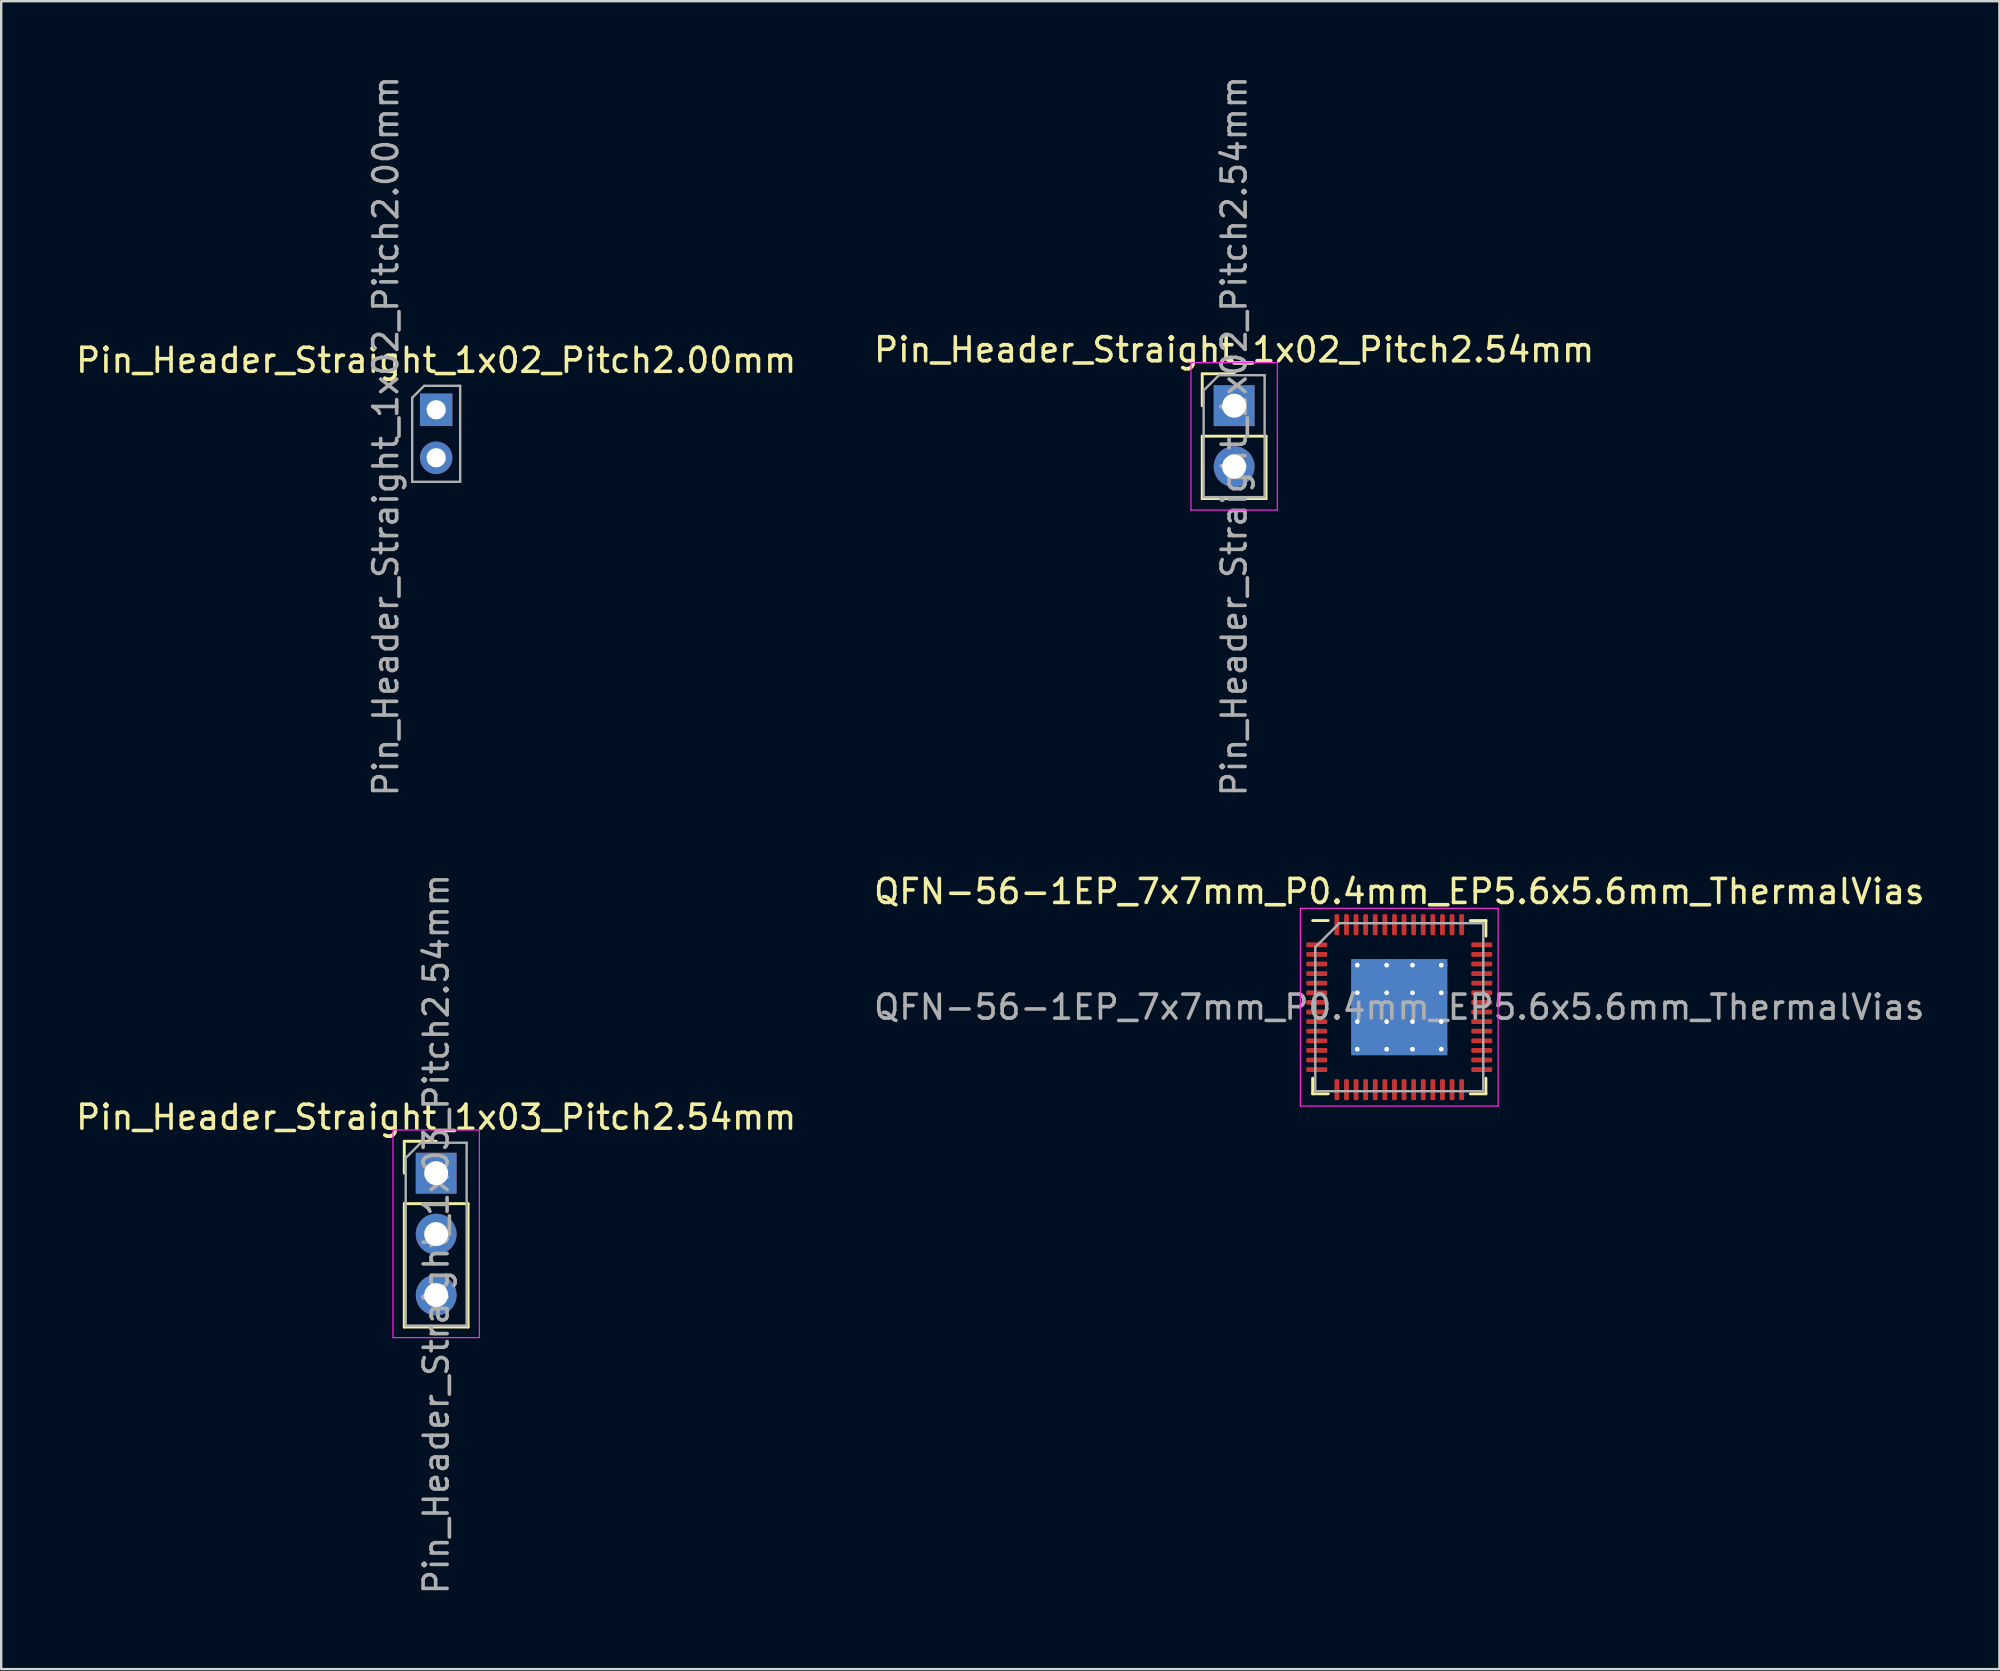
<source format=kicad_pcb>
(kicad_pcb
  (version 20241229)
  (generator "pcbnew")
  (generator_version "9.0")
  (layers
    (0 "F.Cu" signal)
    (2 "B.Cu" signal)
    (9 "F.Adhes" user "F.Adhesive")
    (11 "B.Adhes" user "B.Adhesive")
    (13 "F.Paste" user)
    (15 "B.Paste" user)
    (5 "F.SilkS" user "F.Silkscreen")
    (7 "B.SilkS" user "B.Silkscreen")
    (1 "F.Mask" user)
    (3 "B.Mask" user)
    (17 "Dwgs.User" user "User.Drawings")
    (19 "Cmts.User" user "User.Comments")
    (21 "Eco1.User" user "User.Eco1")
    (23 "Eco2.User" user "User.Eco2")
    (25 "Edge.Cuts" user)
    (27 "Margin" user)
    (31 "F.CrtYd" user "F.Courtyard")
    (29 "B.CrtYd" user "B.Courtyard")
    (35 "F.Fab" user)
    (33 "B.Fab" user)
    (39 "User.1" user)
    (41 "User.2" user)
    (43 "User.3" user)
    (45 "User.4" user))
  (footprint "Pin_Header_Straight_1x02_Pitch2.54mm"
    (layer "F.Cu")
    (at 48.375 13.855)
    (property "Reference" "Pin_Header_Straight_1x02_Pitch2.54mm" (at 0 -2.33 0) (layer "F.SilkS") (effects (font (size 1 1) (thickness 0.15))))
    (attr through_hole)
    (fp_line (start -1.33 -1.33) (end 0 -1.33) (stroke (width 0.12) (type solid)) (layer "F.SilkS"))
    (fp_line (start -1.33 0) (end -1.33 -1.33) (stroke (width 0.12) (type solid)) (layer "F.SilkS"))
    (fp_line (start -1.33 1.27) (end -1.33 3.87) (stroke (width 0.12) (type solid)) (layer "F.SilkS"))
    (fp_line (start -1.33 1.27) (end 1.33 1.27) (stroke (width 0.12) (type solid)) (layer "F.SilkS"))
    (fp_line (start -1.33 3.87) (end 1.33 3.87) (stroke (width 0.12) (type solid)) (layer "F.SilkS"))
    (fp_line (start 1.33 1.27) (end 1.33 3.87) (stroke (width 0.12) (type solid)) (layer "F.SilkS"))
    (fp_line (start -1.8 -1.8) (end -1.8 4.35) (stroke (width 0.05) (type solid)) (layer "F.CrtYd"))
    (fp_line (start -1.8 4.35) (end 1.8 4.35) (stroke (width 0.05) (type solid)) (layer "F.CrtYd"))
    (fp_line (start 1.8 -1.8) (end -1.8 -1.8) (stroke (width 0.05) (type solid)) (layer "F.CrtYd"))
    (fp_line (start 1.8 4.35) (end 1.8 -1.8) (stroke (width 0.05) (type solid)) (layer "F.CrtYd"))
    (fp_line (start -1.27 -0.635) (end -0.635 -1.27) (stroke (width 0.1) (type solid)) (layer "F.Fab"))
    (fp_line (start -1.27 3.81) (end -1.27 -0.635) (stroke (width 0.1) (type solid)) (layer "F.Fab"))
    (fp_line (start -0.635 -1.27) (end 1.27 -1.27) (stroke (width 0.1) (type solid)) (layer "F.Fab"))
    (fp_line (start 1.27 -1.27) (end 1.27 3.81) (stroke (width 0.1) (type solid)) (layer "F.Fab"))
    (fp_line (start 1.27 3.81) (end -1.27 3.81) (stroke (width 0.1) (type solid)) (layer "F.Fab"))
    (fp_text user "${REFERENCE}" (at 0 1.27 90) (layer "F.Fab") (effects (font (size 1 1) (thickness 0.15))))
    (pad "1" thru_hole rect (at 0 0) (size 1.7 1.7) (drill 1) (layers "*.Cu" "*.Mask"))
    (pad "2" thru_hole oval (at 0 2.54) (size 1.7 1.7) (drill 1) (layers "*.Cu" "*.Mask")))
  (footprint "QFN-56-1EP_7x7mm_P0.4mm_EP5.6x5.6mm_ThermalVias"
    (layer "F.Cu")
    (at 55.256 38.918)
    (property "Reference" "QFN-56-1EP_7x7mm_P0.4mm_EP5.6x5.6mm_ThermalVias" (at 0 -4.82 0) (layer "F.SilkS") (effects (font (size 1 1) (thickness 0.15))))
    (attr smd)
    (fp_line (start -3.61 3.61) (end -3.61 2.96) (stroke (width 0.12) (type solid)) (layer "F.SilkS"))
    (fp_line (start -2.96 -3.61) (end -3.61 -3.61) (stroke (width 0.12) (type solid)) (layer "F.SilkS"))
    (fp_line (start -2.96 3.61) (end -3.61 3.61) (stroke (width 0.12) (type solid)) (layer "F.SilkS"))
    (fp_line (start 2.96 -3.61) (end 3.61 -3.61) (stroke (width 0.12) (type solid)) (layer "F.SilkS"))
    (fp_line (start 2.96 3.61) (end 3.61 3.61) (stroke (width 0.12) (type solid)) (layer "F.SilkS"))
    (fp_line (start 3.61 -3.61) (end 3.61 -2.96) (stroke (width 0.12) (type solid)) (layer "F.SilkS"))
    (fp_line (start 3.61 3.61) (end 3.61 2.96) (stroke (width 0.12) (type solid)) (layer "F.SilkS"))
    (fp_line (start -4.12 -4.12) (end -4.12 4.12) (stroke (width 0.05) (type solid)) (layer "F.CrtYd"))
    (fp_line (start -4.12 4.12) (end 4.12 4.12) (stroke (width 0.05) (type solid)) (layer "F.CrtYd"))
    (fp_line (start 4.12 -4.12) (end -4.12 -4.12) (stroke (width 0.05) (type solid)) (layer "F.CrtYd"))
    (fp_line (start 4.12 4.12) (end 4.12 -4.12) (stroke (width 0.05) (type solid)) (layer "F.CrtYd"))
    (fp_line (start -3.5 -2.5) (end -2.5 -3.5) (stroke (width 0.1) (type solid)) (layer "F.Fab"))
    (fp_line (start -3.5 3.5) (end -3.5 -2.5) (stroke (width 0.1) (type solid)) (layer "F.Fab"))
    (fp_line (start -2.5 -3.5) (end 3.5 -3.5) (stroke (width 0.1) (type solid)) (layer "F.Fab"))
    (fp_line (start 3.5 -3.5) (end 3.5 3.5) (stroke (width 0.1) (type solid)) (layer "F.Fab"))
    (fp_line (start 3.5 3.5) (end -3.5 3.5) (stroke (width 0.1) (type solid)) (layer "F.Fab"))
    (fp_text user "${REFERENCE}" (at 0 0 0) (layer "F.Fab") (effects (font (size 1 1) (thickness 0.15))))
    (pad "" smd roundrect (at -0.637 -0.637) (size 1.084 1.084) (layers "F.Paste") (roundrect_rratio 0.231))
    (pad "" smd roundrect (at -0.637 0.637) (size 1.084 1.084) (layers "F.Paste") (roundrect_rratio 0.231))
    (pad "" smd roundrect (at 0.637 -0.637) (size 1.084 1.084) (layers "F.Paste") (roundrect_rratio 0.231))
    (pad "" smd roundrect (at 0.637 0.637) (size 1.084 1.084) (layers "F.Paste") (roundrect_rratio 0.231))
    (pad "1" smd roundrect (at -3.438 -2.6) (size 0.875 0.2) (layers "F.Cu" "F.Mask" "F.Paste") (roundrect_rratio 0.25))
    (pad "2" smd roundrect (at -3.438 -2.2) (size 0.875 0.2) (layers "F.Cu" "F.Mask" "F.Paste") (roundrect_rratio 0.25))
    (pad "3" smd roundrect (at -3.438 -1.8) (size 0.875 0.2) (layers "F.Cu" "F.Mask" "F.Paste") (roundrect_rratio 0.25))
    (pad "4" smd roundrect (at -3.438 -1.4) (size 0.875 0.2) (layers "F.Cu" "F.Mask" "F.Paste") (roundrect_rratio 0.25))
    (pad "5" smd roundrect (at -3.438 -1) (size 0.875 0.2) (layers "F.Cu" "F.Mask" "F.Paste") (roundrect_rratio 0.25))
    (pad "6" smd roundrect (at -3.438 -0.6) (size 0.875 0.2) (layers "F.Cu" "F.Mask" "F.Paste") (roundrect_rratio 0.25))
    (pad "7" smd roundrect (at -3.438 -0.2) (size 0.875 0.2) (layers "F.Cu" "F.Mask" "F.Paste") (roundrect_rratio 0.25))
    (pad "8" smd roundrect (at -3.438 0.2) (size 0.875 0.2) (layers "F.Cu" "F.Mask" "F.Paste") (roundrect_rratio 0.25))
    (pad "9" smd roundrect (at -3.438 0.6) (size 0.875 0.2) (layers "F.Cu" "F.Mask" "F.Paste") (roundrect_rratio 0.25))
    (pad "10" smd roundrect (at -3.438 1) (size 0.875 0.2) (layers "F.Cu" "F.Mask" "F.Paste") (roundrect_rratio 0.25))
    (pad "11" smd roundrect (at -3.438 1.4) (size 0.875 0.2) (layers "F.Cu" "F.Mask" "F.Paste") (roundrect_rratio 0.25))
    (pad "12" smd roundrect (at -3.438 1.8) (size 0.875 0.2) (layers "F.Cu" "F.Mask" "F.Paste") (roundrect_rratio 0.25))
    (pad "13" smd roundrect (at -3.438 2.2) (size 0.875 0.2) (layers "F.Cu" "F.Mask" "F.Paste") (roundrect_rratio 0.25))
    (pad "14" smd roundrect (at -3.438 2.6) (size 0.875 0.2) (layers "F.Cu" "F.Mask" "F.Paste") (roundrect_rratio 0.25))
    (pad "15" smd roundrect (at -2.6 3.438) (size 0.2 0.875) (layers "F.Cu" "F.Mask" "F.Paste") (roundrect_rratio 0.25))
    (pad "16" smd roundrect (at -2.2 3.438) (size 0.2 0.875) (layers "F.Cu" "F.Mask" "F.Paste") (roundrect_rratio 0.25))
    (pad "17" smd roundrect (at -1.8 3.438) (size 0.2 0.875) (layers "F.Cu" "F.Mask" "F.Paste") (roundrect_rratio 0.25))
    (pad "18" smd roundrect (at -1.4 3.438) (size 0.2 0.875) (layers "F.Cu" "F.Mask" "F.Paste") (roundrect_rratio 0.25))
    (pad "19" smd roundrect (at -1 3.438) (size 0.2 0.875) (layers "F.Cu" "F.Mask" "F.Paste") (roundrect_rratio 0.25))
    (pad "20" smd roundrect (at -0.6 3.438) (size 0.2 0.875) (layers "F.Cu" "F.Mask" "F.Paste") (roundrect_rratio 0.25))
    (pad "21" smd roundrect (at -0.2 3.438) (size 0.2 0.875) (layers "F.Cu" "F.Mask" "F.Paste") (roundrect_rratio 0.25))
    (pad "22" smd roundrect (at 0.2 3.438) (size 0.2 0.875) (layers "F.Cu" "F.Mask" "F.Paste") (roundrect_rratio 0.25))
    (pad "23" smd roundrect (at 0.6 3.438) (size 0.2 0.875) (layers "F.Cu" "F.Mask" "F.Paste") (roundrect_rratio 0.25))
    (pad "24" smd roundrect (at 1 3.438) (size 0.2 0.875) (layers "F.Cu" "F.Mask" "F.Paste") (roundrect_rratio 0.25))
    (pad "25" smd roundrect (at 1.4 3.438) (size 0.2 0.875) (layers "F.Cu" "F.Mask" "F.Paste") (roundrect_rratio 0.25))
    (pad "26" smd roundrect (at 1.8 3.438) (size 0.2 0.875) (layers "F.Cu" "F.Mask" "F.Paste") (roundrect_rratio 0.25))
    (pad "27" smd roundrect (at 2.2 3.438) (size 0.2 0.875) (layers "F.Cu" "F.Mask" "F.Paste") (roundrect_rratio 0.25))
    (pad "28" smd roundrect (at 2.6 3.438) (size 0.2 0.875) (layers "F.Cu" "F.Mask" "F.Paste") (roundrect_rratio 0.25))
    (pad "29" smd roundrect (at 3.438 2.6) (size 0.875 0.2) (layers "F.Cu" "F.Mask" "F.Paste") (roundrect_rratio 0.25))
    (pad "30" smd roundrect (at 3.438 2.2) (size 0.875 0.2) (layers "F.Cu" "F.Mask" "F.Paste") (roundrect_rratio 0.25))
    (pad "31" smd roundrect (at 3.438 1.8) (size 0.875 0.2) (layers "F.Cu" "F.Mask" "F.Paste") (roundrect_rratio 0.25))
    (pad "32" smd roundrect (at 3.438 1.4) (size 0.875 0.2) (layers "F.Cu" "F.Mask" "F.Paste") (roundrect_rratio 0.25))
    (pad "33" smd roundrect (at 3.438 1) (size 0.875 0.2) (layers "F.Cu" "F.Mask" "F.Paste") (roundrect_rratio 0.25))
    (pad "34" smd roundrect (at 3.438 0.6) (size 0.875 0.2) (layers "F.Cu" "F.Mask" "F.Paste") (roundrect_rratio 0.25))
    (pad "35" smd roundrect (at 3.438 0.2) (size 0.875 0.2) (layers "F.Cu" "F.Mask" "F.Paste") (roundrect_rratio 0.25))
    (pad "36" smd roundrect (at 3.438 -0.2) (size 0.875 0.2) (layers "F.Cu" "F.Mask" "F.Paste") (roundrect_rratio 0.25))
    (pad "37" smd roundrect (at 3.438 -0.6) (size 0.875 0.2) (layers "F.Cu" "F.Mask" "F.Paste") (roundrect_rratio 0.25))
    (pad "38" smd roundrect (at 3.438 -1) (size 0.875 0.2) (layers "F.Cu" "F.Mask" "F.Paste") (roundrect_rratio 0.25))
    (pad "39" smd roundrect (at 3.438 -1.4) (size 0.875 0.2) (layers "F.Cu" "F.Mask" "F.Paste") (roundrect_rratio 0.25))
    (pad "40" smd roundrect (at 3.438 -1.8) (size 0.875 0.2) (layers "F.Cu" "F.Mask" "F.Paste") (roundrect_rratio 0.25))
    (pad "41" smd roundrect (at 3.438 -2.2) (size 0.875 0.2) (layers "F.Cu" "F.Mask" "F.Paste") (roundrect_rratio 0.25))
    (pad "42" smd roundrect (at 3.438 -2.6) (size 0.875 0.2) (layers "F.Cu" "F.Mask" "F.Paste") (roundrect_rratio 0.25))
    (pad "43" smd roundrect (at 2.6 -3.438) (size 0.2 0.875) (layers "F.Cu" "F.Mask" "F.Paste") (roundrect_rratio 0.25))
    (pad "44" smd roundrect (at 2.2 -3.438) (size 0.2 0.875) (layers "F.Cu" "F.Mask" "F.Paste") (roundrect_rratio 0.25))
    (pad "45" smd roundrect (at 1.8 -3.438) (size 0.2 0.875) (layers "F.Cu" "F.Mask" "F.Paste") (roundrect_rratio 0.25))
    (pad "46" smd roundrect (at 1.4 -3.438) (size 0.2 0.875) (layers "F.Cu" "F.Mask" "F.Paste") (roundrect_rratio 0.25))
    (pad "47" smd roundrect (at 1 -3.438) (size 0.2 0.875) (layers "F.Cu" "F.Mask" "F.Paste") (roundrect_rratio 0.25))
    (pad "48" smd roundrect (at 0.6 -3.438) (size 0.2 0.875) (layers "F.Cu" "F.Mask" "F.Paste") (roundrect_rratio 0.25))
    (pad "49" smd roundrect (at 0.2 -3.438) (size 0.2 0.875) (layers "F.Cu" "F.Mask" "F.Paste") (roundrect_rratio 0.25))
    (pad "50" smd roundrect (at -0.2 -3.438) (size 0.2 0.875) (layers "F.Cu" "F.Mask" "F.Paste") (roundrect_rratio 0.25))
    (pad "51" smd roundrect (at -0.6 -3.438) (size 0.2 0.875) (layers "F.Cu" "F.Mask" "F.Paste") (roundrect_rratio 0.25))
    (pad "52" smd roundrect (at -1 -3.438) (size 0.2 0.875) (layers "F.Cu" "F.Mask" "F.Paste") (roundrect_rratio 0.25))
    (pad "53" smd roundrect (at -1.4 -3.438) (size 0.2 0.875) (layers "F.Cu" "F.Mask" "F.Paste") (roundrect_rratio 0.25))
    (pad "54" smd roundrect (at -1.8 -3.438) (size 0.2 0.875) (layers "F.Cu" "F.Mask" "F.Paste") (roundrect_rratio 0.25))
    (pad "55" smd roundrect (at -2.2 -3.438) (size 0.2 0.875) (layers "F.Cu" "F.Mask" "F.Paste") (roundrect_rratio 0.25))
    (pad "56" smd roundrect (at -2.6 -3.438) (size 0.2 0.875) (layers "F.Cu" "F.Mask" "F.Paste") (roundrect_rratio 0.25))
    (pad "57" thru_hole circle (at -1.75 -1.75) (size 0.5 0.5) (drill 0.2) (layers "*.Cu"))
    (pad "57" thru_hole circle (at -1.75 -0.6) (size 0.5 0.5) (drill 0.2) (layers "*.Cu"))
    (pad "57" thru_hole circle (at -1.75 0.6) (size 0.5 0.5) (drill 0.2) (layers "*.Cu"))
    (pad "57" thru_hole circle (at -1.75 1.75) (size 0.5 0.5) (drill 0.2) (layers "*.Cu"))
    (pad "57" thru_hole circle (at -0.525 -1.75) (size 0.5 0.5) (drill 0.2) (layers "*.Cu"))
    (pad "57" thru_hole circle (at -0.525 -0.6) (size 0.5 0.5) (drill 0.2) (layers "*.Cu"))
    (pad "57" thru_hole circle (at -0.525 0.6) (size 0.5 0.5) (drill 0.2) (layers "*.Cu"))
    (pad "57" thru_hole circle (at -0.525 1.75) (size 0.5 0.5) (drill 0.2) (layers "*.Cu"))
    (pad "57" smd rect (at 0 0) (size 4 4) (layers "F.Cu" "F.Mask"))
    (pad "57" smd rect (at 0 0) (size 4 4) (layers "B.Cu"))
    (pad "57" thru_hole circle (at 0.55 -1.75) (size 0.5 0.5) (drill 0.2) (layers "*.Cu"))
    (pad "57" thru_hole circle (at 0.55 -0.6) (size 0.5 0.5) (drill 0.2) (layers "*.Cu"))
    (pad "57" thru_hole circle (at 0.55 0.6) (size 0.5 0.5) (drill 0.2) (layers "*.Cu"))
    (pad "57" thru_hole circle (at 0.55 1.75) (size 0.5 0.5) (drill 0.2) (layers "*.Cu"))
    (pad "57" thru_hole circle (at 1.75 -1.75) (size 0.5 0.5) (drill 0.2) (layers "*.Cu"))
    (pad "57" thru_hole circle (at 1.75 -0.6) (size 0.5 0.5) (drill 0.2) (layers "*.Cu"))
    (pad "57" thru_hole circle (at 1.75 0.6) (size 0.5 0.5) (drill 0.2) (layers "*.Cu"))
    (pad "57" thru_hole circle (at 1.75 1.75) (size 0.5 0.5) (drill 0.2) (layers "*.Cu")))
  (footprint "Pin_Header_Straight_1x02_Pitch2.00mm"
    (layer "F.Cu")
    (at 15.125 14.025)
    (property "Reference" "Pin_Header_Straight_1x02_Pitch2.00mm" (at 0 -2.06 0) (layer "F.SilkS") (effects (font (size 1 1) (thickness 0.15))))
    (attr through_hole)
    (fp_line (start -1 -0.5) (end -0.5 -1) (stroke (width 0.1) (type solid)) (layer "F.Fab"))
    (fp_line (start -1 3) (end -1 -0.5) (stroke (width 0.1) (type solid)) (layer "F.Fab"))
    (fp_line (start -0.5 -1) (end 1 -1) (stroke (width 0.1) (type solid)) (layer "F.Fab"))
    (fp_line (start 1 -1) (end 1 3) (stroke (width 0.1) (type solid)) (layer "F.Fab"))
    (fp_line (start 1 3) (end -1 3) (stroke (width 0.1) (type solid)) (layer "F.Fab"))
    (fp_text user "${REFERENCE}" (at -2.1 1.1 90) (layer "F.Fab") (effects (font (size 1 1) (thickness 0.15))))
    (pad "1" thru_hole rect (at 0 0) (size 1.35 1.35) (drill 0.8) (layers "*.Cu" "*.Mask"))
    (pad "2" thru_hole oval (at 0 2) (size 1.35 1.35) (drill 0.8) (layers "*.Cu" "*.Mask")))
  (footprint "Pin_Header_Straight_1x03_Pitch2.54mm"
    (layer "F.Cu")
    (at 15.125 45.835)
    (property "Reference" "Pin_Header_Straight_1x03_Pitch2.54mm" (at 0 -2.33 0) (layer "F.SilkS") (effects (font (size 1 1) (thickness 0.15))))
    (attr through_hole)
    (fp_line (start -1.33 -1.33) (end 0 -1.33) (stroke (width 0.12) (type solid)) (layer "F.SilkS"))
    (fp_line (start -1.33 0) (end -1.33 -1.33) (stroke (width 0.12) (type solid)) (layer "F.SilkS"))
    (fp_line (start -1.33 1.27) (end -1.33 6.41) (stroke (width 0.12) (type solid)) (layer "F.SilkS"))
    (fp_line (start -1.33 1.27) (end 1.33 1.27) (stroke (width 0.12) (type solid)) (layer "F.SilkS"))
    (fp_line (start -1.33 6.41) (end 1.33 6.41) (stroke (width 0.12) (type solid)) (layer "F.SilkS"))
    (fp_line (start 1.33 1.27) (end 1.33 6.41) (stroke (width 0.12) (type solid)) (layer "F.SilkS"))
    (fp_line (start -1.8 -1.8) (end -1.8 6.85) (stroke (width 0.05) (type solid)) (layer "F.CrtYd"))
    (fp_line (start -1.8 6.85) (end 1.8 6.85) (stroke (width 0.05) (type solid)) (layer "F.CrtYd"))
    (fp_line (start 1.8 -1.8) (end -1.8 -1.8) (stroke (width 0.05) (type solid)) (layer "F.CrtYd"))
    (fp_line (start 1.8 6.85) (end 1.8 -1.8) (stroke (width 0.05) (type solid)) (layer "F.CrtYd"))
    (fp_line (start -1.27 -0.635) (end -0.635 -1.27) (stroke (width 0.1) (type solid)) (layer "F.Fab"))
    (fp_line (start -1.27 6.35) (end -1.27 -0.635) (stroke (width 0.1) (type solid)) (layer "F.Fab"))
    (fp_line (start -0.635 -1.27) (end 1.27 -1.27) (stroke (width 0.1) (type solid)) (layer "F.Fab"))
    (fp_line (start 1.27 -1.27) (end 1.27 6.35) (stroke (width 0.1) (type solid)) (layer "F.Fab"))
    (fp_line (start 1.27 6.35) (end -1.27 6.35) (stroke (width 0.1) (type solid)) (layer "F.Fab"))
    (fp_text user "${REFERENCE}" (at 0 2.54 90) (layer "F.Fab") (effects (font (size 1 1) (thickness 0.15))))
    (pad "1" thru_hole rect (at 0 0) (size 1.7 1.7) (drill 1) (layers "*.Cu" "*.Mask"))
    (pad "2" thru_hole oval (at 0 2.54) (size 1.7 1.7) (drill 1) (layers "*.Cu" "*.Mask"))
    (pad "3" thru_hole oval (at 0 5.08) (size 1.7 1.7) (drill 1) (layers "*.Cu" "*.Mask")))
  (gr_rect
    (start -3 -3)
    (end 80.262 66.5)
    (stroke (width 0.1) (type default))
    (fill no)
    (layer "Edge.Cuts")))
</source>
